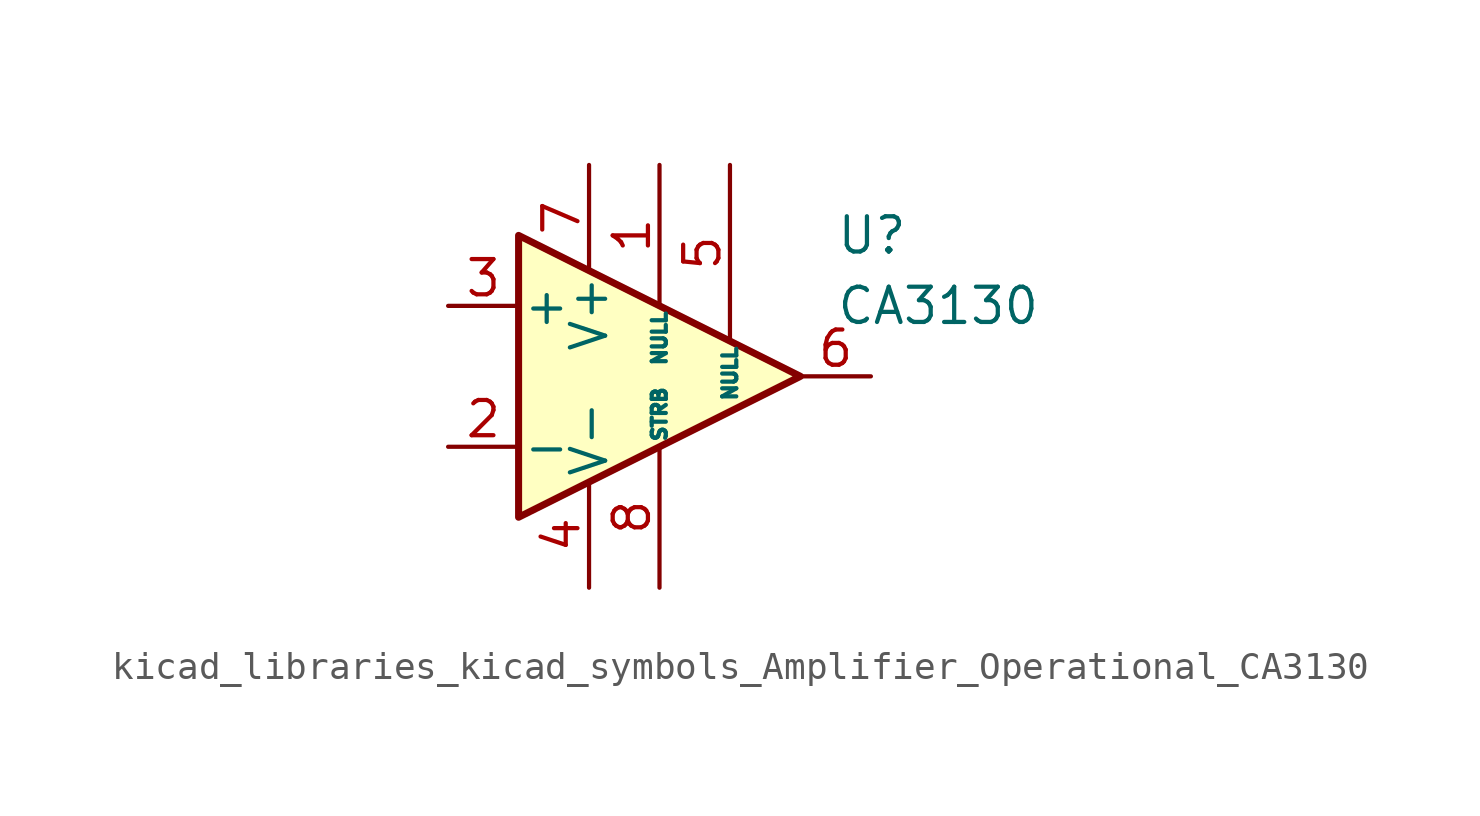
<source format=kicad_sym>
(kicad_symbol_lib
  (version 20220914)
  (generator kicad_symbol_editor)
  (symbol "kicad_libraries_kicad_symbols_Amplifier_Operational_CA3130"
    (pin_names
      (offset 0.127))
    (property "Reference" "U"
      (at 6.35 5.08 0)
      (effects (font (size 1.27 1.27)) (justify left)))
    (property "Value" "CA3130"
      (at 6.35 2.54 0)
      (effects (font (size 1.27 1.27)) (justify left)))
    (symbol "kicad_libraries_kicad_symbols_Amplifier_Operational_CA3130_0_1"
      (polyline (pts (xy -5.08 5.08) (xy 5.08 0) (xy -5.08 -5.08) (xy -5.08 5.08)) (stroke (width 0.254) (type default)) (fill (type background))))
    (symbol "kicad_libraries_kicad_symbols_Amplifier_Operational_CA3130_1_1"
      (pin passive line (at 0 7.62 270) (length 5.08) (name "NULL" (effects (font (size 0.508 0.508)))) (number "1" (effects (font (size 1.27 1.27)))))
      (pin input line (at -7.62 -2.54 0) (length 2.54) (name "-" (effects (font (size 1.27 1.27)))) (number "2" (effects (font (size 1.27 1.27)))))
      (pin input line (at -7.62 2.54 0) (length 2.54) (name "+" (effects (font (size 1.27 1.27)))) (number "3" (effects (font (size 1.27 1.27)))))
      (pin power_in line (at -2.54 -7.62 90) (length 3.81) (name "V-" (effects (font (size 1.27 1.27)))) (number "4" (effects (font (size 1.27 1.27)))))
      (pin passive line (at 2.54 7.62 270) (length 6.35) (name "NULL" (effects (font (size 0.508 0.508)))) (number "5" (effects (font (size 1.27 1.27)))))
      (pin output line (at 7.62 0 180) (length 2.54) (name "~" (effects (font (size 1.27 1.27)))) (number "6" (effects (font (size 1.27 1.27)))))
      (pin power_in line (at -2.54 7.62 270) (length 3.81) (name "V+" (effects (font (size 1.27 1.27)))) (number "7" (effects (font (size 1.27 1.27)))))
      (pin passive line (at 0 -7.62 90) (length 5.08) (name "STRB" (effects (font (size 0.508 0.508)))) (number "8" (effects (font (size 1.27 1.27))))))))
</source>
